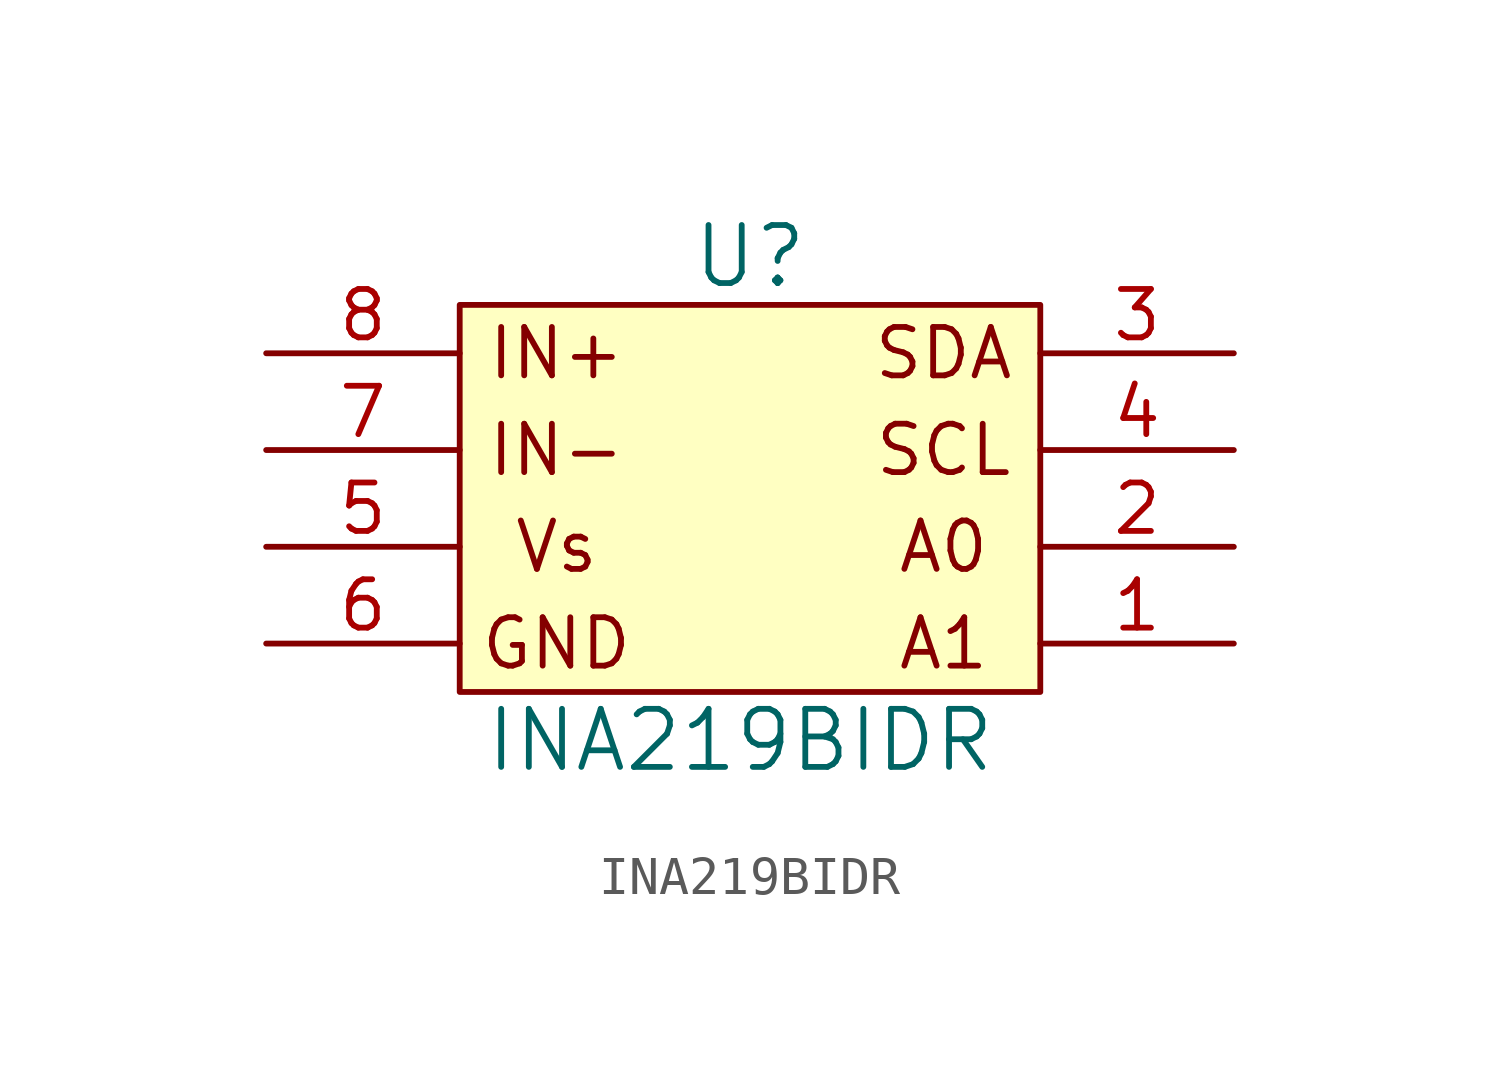
<source format=kicad_sym>
(kicad_symbol_lib
  (version 20220914)
  (generator kicad_symbol_editor)
  (symbol "INA219BIDR"
    (pin_names
      (offset 0) hide)
    (property "Reference" "U"
      (at 0 10.16 0)
      (effects (font (size 1.524 1.524))))
    (property "Value" "INA219BIDR"
      (at -0.254 -2.54 0)
      (effects (font (size 1.524 1.524))))
    (symbol "INA219BIDR_0_0"
      (rectangle (start -7.62 8.89) (end 7.62 -1.27) (stroke (width 0) (type default)) (fill (type background)))
      (text "A0" (at 5.08 2.54 0) (effects (font (size 1.27 1.27))))
      (text "A1" (at 5.08 0 0) (effects (font (size 1.27 1.27))))
      (text "GND" (at -5.08 0 0) (effects (font (size 1.27 1.27))))
      (text "IN+" (at -5.08 7.62 0) (effects (font (size 1.27 1.27))))
      (text "IN-" (at -5.08 5.08 0) (effects (font (size 1.27 1.27))))
      (text "SCL" (at 5.08 5.08 0) (effects (font (size 1.27 1.27))))
      (text "SDA" (at 5.08 7.62 0) (effects (font (size 1.27 1.27))))
      (text "Vs" (at -5.08 2.54 0) (effects (font (size 1.27 1.27)))))
    (symbol "INA219BIDR_1_1"
      (pin input line (at 12.7 0 180) (length 5.08) (name "A1" (effects (font (size 1.27 1.27)))) (number "1" (effects (font (size 1.27 1.27)))))
      (pin input line (at 12.7 2.54 180) (length 5.08) (name "A0" (effects (font (size 1.27 1.27)))) (number "2" (effects (font (size 1.27 1.27)))))
      (pin input line (at 12.7 7.62 180) (length 5.08) (name "SDA" (effects (font (size 1.27 1.27)))) (number "3" (effects (font (size 1.27 1.27)))))
      (pin input line (at 12.7 5.08 180) (length 5.08) (name "SCL" (effects (font (size 1.27 1.27)))) (number "4" (effects (font (size 1.27 1.27)))))
      (pin input line (at -12.7 2.54 0) (length 5.08) (name "Vs" (effects (font (size 1.27 1.27)))) (number "5" (effects (font (size 1.27 1.27)))))
      (pin input line (at -12.7 0 0) (length 5.08) (name "GND" (effects (font (size 1.27 1.27)))) (number "6" (effects (font (size 1.27 1.27)))))
      (pin input line (at -12.7 5.08 0) (length 5.08) (name "IN-" (effects (font (size 1.27 1.27)))) (number "7" (effects (font (size 1.27 1.27)))))
      (pin input line (at -12.7 7.62 0) (length 5.08) (name "IN+" (effects (font (size 1.27 1.27)))) (number "8" (effects (font (size 1.27 1.27))))))))
</source>
